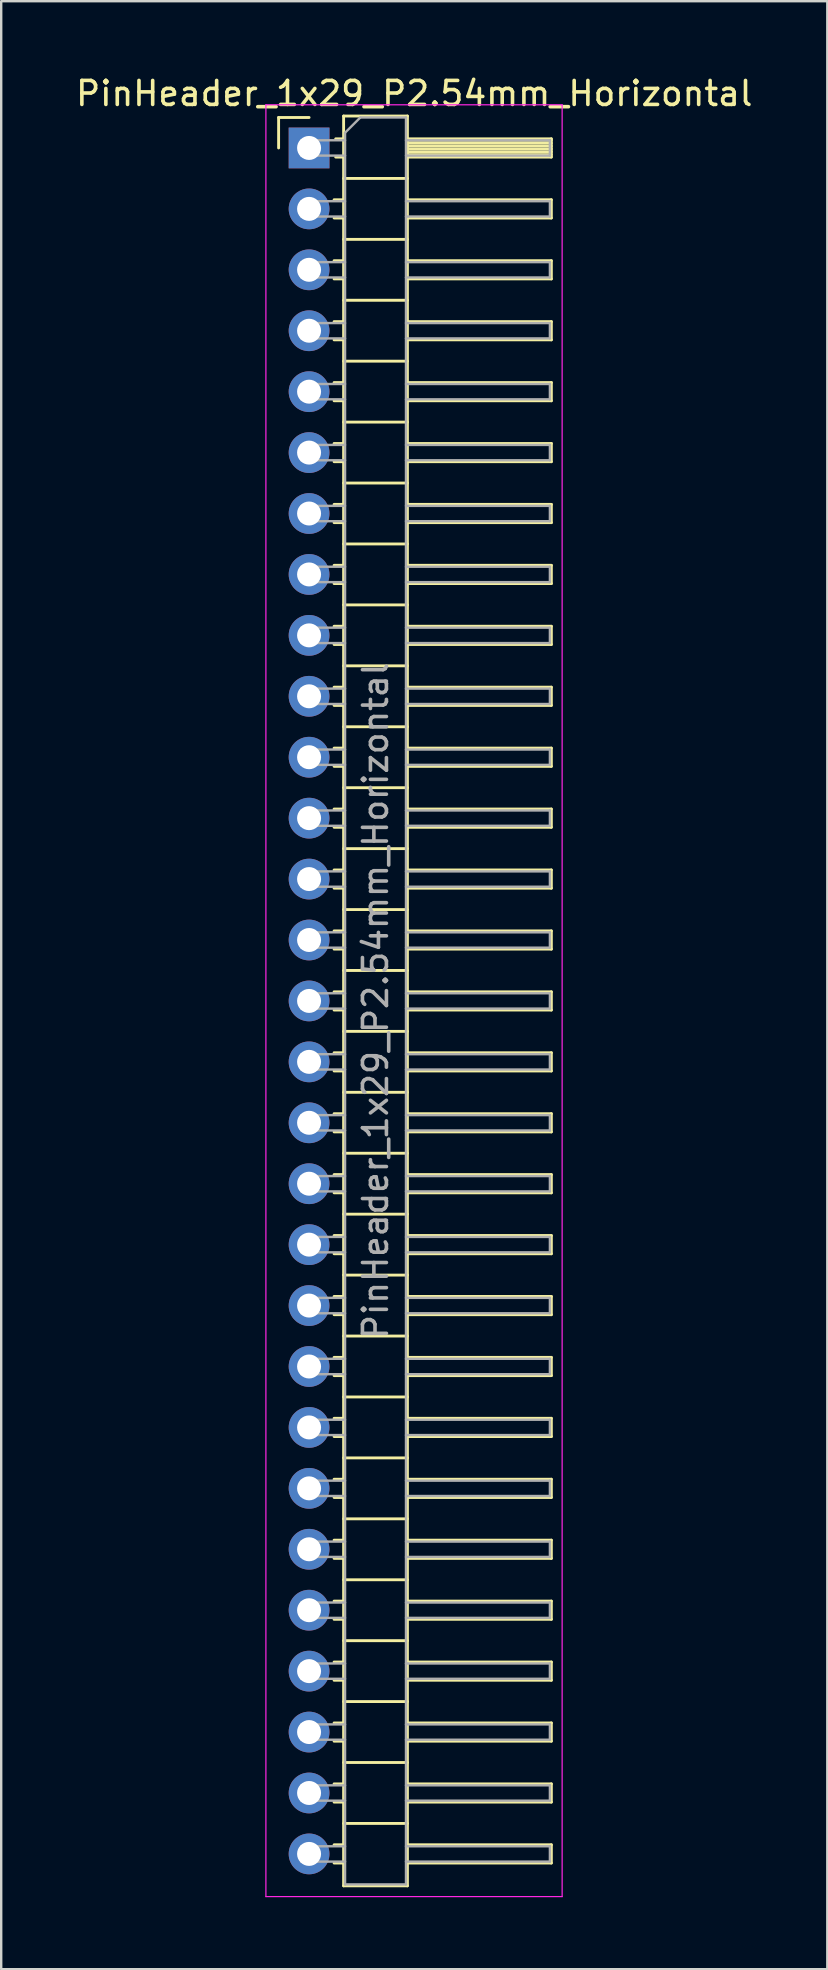
<source format=kicad_pcb>
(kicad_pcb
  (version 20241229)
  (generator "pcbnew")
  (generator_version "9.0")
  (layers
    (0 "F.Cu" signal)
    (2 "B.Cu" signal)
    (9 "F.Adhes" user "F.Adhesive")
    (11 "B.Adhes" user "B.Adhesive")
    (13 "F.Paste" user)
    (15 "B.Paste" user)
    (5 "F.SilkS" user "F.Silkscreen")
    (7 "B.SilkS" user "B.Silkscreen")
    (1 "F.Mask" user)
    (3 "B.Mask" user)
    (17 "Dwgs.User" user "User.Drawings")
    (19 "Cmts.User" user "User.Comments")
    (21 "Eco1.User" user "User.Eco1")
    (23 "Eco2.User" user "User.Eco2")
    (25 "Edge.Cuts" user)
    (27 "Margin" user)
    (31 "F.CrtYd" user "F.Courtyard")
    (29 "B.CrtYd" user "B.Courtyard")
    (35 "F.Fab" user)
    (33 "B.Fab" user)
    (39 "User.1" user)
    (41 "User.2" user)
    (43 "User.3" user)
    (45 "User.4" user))
  (footprint "PinHeader_1x29_P2.54mm_Horizontal"
    (layer "F.Cu")
    (at 9.835 3.118)
    (property "Reference" "PinHeader_1x29_P2.54mm_Horizontal" (at 4.385 -2.27 0) (layer "F.SilkS") (effects (font (size 1 1) (thickness 0.15))))
    (attr through_hole)
    (fp_line (start -1.27 -1.27) (end 0 -1.27) (stroke (width 0.12) (type solid)) (layer "F.SilkS"))
    (fp_line (start -1.27 0) (end -1.27 -1.27) (stroke (width 0.12) (type solid)) (layer "F.SilkS"))
    (fp_line (start 1.043 2.16) (end 1.44 2.16) (stroke (width 0.12) (type solid)) (layer "F.SilkS"))
    (fp_line (start 1.043 2.92) (end 1.44 2.92) (stroke (width 0.12) (type solid)) (layer "F.SilkS"))
    (fp_line (start 1.043 4.7) (end 1.44 4.7) (stroke (width 0.12) (type solid)) (layer "F.SilkS"))
    (fp_line (start 1.043 5.46) (end 1.44 5.46) (stroke (width 0.12) (type solid)) (layer "F.SilkS"))
    (fp_line (start 1.043 7.24) (end 1.44 7.24) (stroke (width 0.12) (type solid)) (layer "F.SilkS"))
    (fp_line (start 1.043 8) (end 1.44 8) (stroke (width 0.12) (type solid)) (layer "F.SilkS"))
    (fp_line (start 1.043 9.78) (end 1.44 9.78) (stroke (width 0.12) (type solid)) (layer "F.SilkS"))
    (fp_line (start 1.043 10.54) (end 1.44 10.54) (stroke (width 0.12) (type solid)) (layer "F.SilkS"))
    (fp_line (start 1.043 12.32) (end 1.44 12.32) (stroke (width 0.12) (type solid)) (layer "F.SilkS"))
    (fp_line (start 1.043 13.08) (end 1.44 13.08) (stroke (width 0.12) (type solid)) (layer "F.SilkS"))
    (fp_line (start 1.043 14.86) (end 1.44 14.86) (stroke (width 0.12) (type solid)) (layer "F.SilkS"))
    (fp_line (start 1.043 15.62) (end 1.44 15.62) (stroke (width 0.12) (type solid)) (layer "F.SilkS"))
    (fp_line (start 1.043 17.4) (end 1.44 17.4) (stroke (width 0.12) (type solid)) (layer "F.SilkS"))
    (fp_line (start 1.043 18.16) (end 1.44 18.16) (stroke (width 0.12) (type solid)) (layer "F.SilkS"))
    (fp_line (start 1.043 19.94) (end 1.44 19.94) (stroke (width 0.12) (type solid)) (layer "F.SilkS"))
    (fp_line (start 1.043 20.7) (end 1.44 20.7) (stroke (width 0.12) (type solid)) (layer "F.SilkS"))
    (fp_line (start 1.043 22.48) (end 1.44 22.48) (stroke (width 0.12) (type solid)) (layer "F.SilkS"))
    (fp_line (start 1.043 23.24) (end 1.44 23.24) (stroke (width 0.12) (type solid)) (layer "F.SilkS"))
    (fp_line (start 1.043 25.02) (end 1.44 25.02) (stroke (width 0.12) (type solid)) (layer "F.SilkS"))
    (fp_line (start 1.043 25.78) (end 1.44 25.78) (stroke (width 0.12) (type solid)) (layer "F.SilkS"))
    (fp_line (start 1.043 27.56) (end 1.44 27.56) (stroke (width 0.12) (type solid)) (layer "F.SilkS"))
    (fp_line (start 1.043 28.32) (end 1.44 28.32) (stroke (width 0.12) (type solid)) (layer "F.SilkS"))
    (fp_line (start 1.043 30.1) (end 1.44 30.1) (stroke (width 0.12) (type solid)) (layer "F.SilkS"))
    (fp_line (start 1.043 30.86) (end 1.44 30.86) (stroke (width 0.12) (type solid)) (layer "F.SilkS"))
    (fp_line (start 1.043 32.64) (end 1.44 32.64) (stroke (width 0.12) (type solid)) (layer "F.SilkS"))
    (fp_line (start 1.043 33.4) (end 1.44 33.4) (stroke (width 0.12) (type solid)) (layer "F.SilkS"))
    (fp_line (start 1.043 35.18) (end 1.44 35.18) (stroke (width 0.12) (type solid)) (layer "F.SilkS"))
    (fp_line (start 1.043 35.94) (end 1.44 35.94) (stroke (width 0.12) (type solid)) (layer "F.SilkS"))
    (fp_line (start 1.043 37.72) (end 1.44 37.72) (stroke (width 0.12) (type solid)) (layer "F.SilkS"))
    (fp_line (start 1.043 38.48) (end 1.44 38.48) (stroke (width 0.12) (type solid)) (layer "F.SilkS"))
    (fp_line (start 1.043 40.26) (end 1.44 40.26) (stroke (width 0.12) (type solid)) (layer "F.SilkS"))
    (fp_line (start 1.043 41.02) (end 1.44 41.02) (stroke (width 0.12) (type solid)) (layer "F.SilkS"))
    (fp_line (start 1.043 42.8) (end 1.44 42.8) (stroke (width 0.12) (type solid)) (layer "F.SilkS"))
    (fp_line (start 1.043 43.56) (end 1.44 43.56) (stroke (width 0.12) (type solid)) (layer "F.SilkS"))
    (fp_line (start 1.043 45.34) (end 1.44 45.34) (stroke (width 0.12) (type solid)) (layer "F.SilkS"))
    (fp_line (start 1.043 46.1) (end 1.44 46.1) (stroke (width 0.12) (type solid)) (layer "F.SilkS"))
    (fp_line (start 1.043 47.88) (end 1.44 47.88) (stroke (width 0.12) (type solid)) (layer "F.SilkS"))
    (fp_line (start 1.043 48.64) (end 1.44 48.64) (stroke (width 0.12) (type solid)) (layer "F.SilkS"))
    (fp_line (start 1.043 50.42) (end 1.44 50.42) (stroke (width 0.12) (type solid)) (layer "F.SilkS"))
    (fp_line (start 1.043 51.18) (end 1.44 51.18) (stroke (width 0.12) (type solid)) (layer "F.SilkS"))
    (fp_line (start 1.043 52.96) (end 1.44 52.96) (stroke (width 0.12) (type solid)) (layer "F.SilkS"))
    (fp_line (start 1.043 53.72) (end 1.44 53.72) (stroke (width 0.12) (type solid)) (layer "F.SilkS"))
    (fp_line (start 1.043 55.5) (end 1.44 55.5) (stroke (width 0.12) (type solid)) (layer "F.SilkS"))
    (fp_line (start 1.043 56.26) (end 1.44 56.26) (stroke (width 0.12) (type solid)) (layer "F.SilkS"))
    (fp_line (start 1.043 58.04) (end 1.44 58.04) (stroke (width 0.12) (type solid)) (layer "F.SilkS"))
    (fp_line (start 1.043 58.8) (end 1.44 58.8) (stroke (width 0.12) (type solid)) (layer "F.SilkS"))
    (fp_line (start 1.043 60.58) (end 1.44 60.58) (stroke (width 0.12) (type solid)) (layer "F.SilkS"))
    (fp_line (start 1.043 61.34) (end 1.44 61.34) (stroke (width 0.12) (type solid)) (layer "F.SilkS"))
    (fp_line (start 1.043 63.12) (end 1.44 63.12) (stroke (width 0.12) (type solid)) (layer "F.SilkS"))
    (fp_line (start 1.043 63.88) (end 1.44 63.88) (stroke (width 0.12) (type solid)) (layer "F.SilkS"))
    (fp_line (start 1.043 65.66) (end 1.44 65.66) (stroke (width 0.12) (type solid)) (layer "F.SilkS"))
    (fp_line (start 1.043 66.42) (end 1.44 66.42) (stroke (width 0.12) (type solid)) (layer "F.SilkS"))
    (fp_line (start 1.043 68.2) (end 1.44 68.2) (stroke (width 0.12) (type solid)) (layer "F.SilkS"))
    (fp_line (start 1.043 68.96) (end 1.44 68.96) (stroke (width 0.12) (type solid)) (layer "F.SilkS"))
    (fp_line (start 1.043 70.74) (end 1.44 70.74) (stroke (width 0.12) (type solid)) (layer "F.SilkS"))
    (fp_line (start 1.043 71.5) (end 1.44 71.5) (stroke (width 0.12) (type solid)) (layer "F.SilkS"))
    (fp_line (start 1.11 -0.38) (end 1.44 -0.38) (stroke (width 0.12) (type solid)) (layer "F.SilkS"))
    (fp_line (start 1.11 0.38) (end 1.44 0.38) (stroke (width 0.12) (type solid)) (layer "F.SilkS"))
    (fp_line (start 1.44 -1.33) (end 1.44 72.45) (stroke (width 0.12) (type solid)) (layer "F.SilkS"))
    (fp_line (start 1.44 1.27) (end 4.1 1.27) (stroke (width 0.12) (type solid)) (layer "F.SilkS"))
    (fp_line (start 1.44 3.81) (end 4.1 3.81) (stroke (width 0.12) (type solid)) (layer "F.SilkS"))
    (fp_line (start 1.44 6.35) (end 4.1 6.35) (stroke (width 0.12) (type solid)) (layer "F.SilkS"))
    (fp_line (start 1.44 8.89) (end 4.1 8.89) (stroke (width 0.12) (type solid)) (layer "F.SilkS"))
    (fp_line (start 1.44 11.43) (end 4.1 11.43) (stroke (width 0.12) (type solid)) (layer "F.SilkS"))
    (fp_line (start 1.44 13.97) (end 4.1 13.97) (stroke (width 0.12) (type solid)) (layer "F.SilkS"))
    (fp_line (start 1.44 16.51) (end 4.1 16.51) (stroke (width 0.12) (type solid)) (layer "F.SilkS"))
    (fp_line (start 1.44 19.05) (end 4.1 19.05) (stroke (width 0.12) (type solid)) (layer "F.SilkS"))
    (fp_line (start 1.44 21.59) (end 4.1 21.59) (stroke (width 0.12) (type solid)) (layer "F.SilkS"))
    (fp_line (start 1.44 24.13) (end 4.1 24.13) (stroke (width 0.12) (type solid)) (layer "F.SilkS"))
    (fp_line (start 1.44 26.67) (end 4.1 26.67) (stroke (width 0.12) (type solid)) (layer "F.SilkS"))
    (fp_line (start 1.44 29.21) (end 4.1 29.21) (stroke (width 0.12) (type solid)) (layer "F.SilkS"))
    (fp_line (start 1.44 31.75) (end 4.1 31.75) (stroke (width 0.12) (type solid)) (layer "F.SilkS"))
    (fp_line (start 1.44 34.29) (end 4.1 34.29) (stroke (width 0.12) (type solid)) (layer "F.SilkS"))
    (fp_line (start 1.44 36.83) (end 4.1 36.83) (stroke (width 0.12) (type solid)) (layer "F.SilkS"))
    (fp_line (start 1.44 39.37) (end 4.1 39.37) (stroke (width 0.12) (type solid)) (layer "F.SilkS"))
    (fp_line (start 1.44 41.91) (end 4.1 41.91) (stroke (width 0.12) (type solid)) (layer "F.SilkS"))
    (fp_line (start 1.44 44.45) (end 4.1 44.45) (stroke (width 0.12) (type solid)) (layer "F.SilkS"))
    (fp_line (start 1.44 46.99) (end 4.1 46.99) (stroke (width 0.12) (type solid)) (layer "F.SilkS"))
    (fp_line (start 1.44 49.53) (end 4.1 49.53) (stroke (width 0.12) (type solid)) (layer "F.SilkS"))
    (fp_line (start 1.44 52.07) (end 4.1 52.07) (stroke (width 0.12) (type solid)) (layer "F.SilkS"))
    (fp_line (start 1.44 54.61) (end 4.1 54.61) (stroke (width 0.12) (type solid)) (layer "F.SilkS"))
    (fp_line (start 1.44 57.15) (end 4.1 57.15) (stroke (width 0.12) (type solid)) (layer "F.SilkS"))
    (fp_line (start 1.44 59.69) (end 4.1 59.69) (stroke (width 0.12) (type solid)) (layer "F.SilkS"))
    (fp_line (start 1.44 62.23) (end 4.1 62.23) (stroke (width 0.12) (type solid)) (layer "F.SilkS"))
    (fp_line (start 1.44 64.77) (end 4.1 64.77) (stroke (width 0.12) (type solid)) (layer "F.SilkS"))
    (fp_line (start 1.44 67.31) (end 4.1 67.31) (stroke (width 0.12) (type solid)) (layer "F.SilkS"))
    (fp_line (start 1.44 69.85) (end 4.1 69.85) (stroke (width 0.12) (type solid)) (layer "F.SilkS"))
    (fp_line (start 1.44 72.45) (end 4.1 72.45) (stroke (width 0.12) (type solid)) (layer "F.SilkS"))
    (fp_line (start 4.1 -1.33) (end 1.44 -1.33) (stroke (width 0.12) (type solid)) (layer "F.SilkS"))
    (fp_line (start 4.1 -0.38) (end 10.1 -0.38) (stroke (width 0.12) (type solid)) (layer "F.SilkS"))
    (fp_line (start 4.1 -0.32) (end 10.1 -0.32) (stroke (width 0.12) (type solid)) (layer "F.SilkS"))
    (fp_line (start 4.1 -0.2) (end 10.1 -0.2) (stroke (width 0.12) (type solid)) (layer "F.SilkS"))
    (fp_line (start 4.1 -0.08) (end 10.1 -0.08) (stroke (width 0.12) (type solid)) (layer "F.SilkS"))
    (fp_line (start 4.1 0.04) (end 10.1 0.04) (stroke (width 0.12) (type solid)) (layer "F.SilkS"))
    (fp_line (start 4.1 0.16) (end 10.1 0.16) (stroke (width 0.12) (type solid)) (layer "F.SilkS"))
    (fp_line (start 4.1 0.28) (end 10.1 0.28) (stroke (width 0.12) (type solid)) (layer "F.SilkS"))
    (fp_line (start 4.1 2.16) (end 10.1 2.16) (stroke (width 0.12) (type solid)) (layer "F.SilkS"))
    (fp_line (start 4.1 4.7) (end 10.1 4.7) (stroke (width 0.12) (type solid)) (layer "F.SilkS"))
    (fp_line (start 4.1 7.24) (end 10.1 7.24) (stroke (width 0.12) (type solid)) (layer "F.SilkS"))
    (fp_line (start 4.1 9.78) (end 10.1 9.78) (stroke (width 0.12) (type solid)) (layer "F.SilkS"))
    (fp_line (start 4.1 12.32) (end 10.1 12.32) (stroke (width 0.12) (type solid)) (layer "F.SilkS"))
    (fp_line (start 4.1 14.86) (end 10.1 14.86) (stroke (width 0.12) (type solid)) (layer "F.SilkS"))
    (fp_line (start 4.1 17.4) (end 10.1 17.4) (stroke (width 0.12) (type solid)) (layer "F.SilkS"))
    (fp_line (start 4.1 19.94) (end 10.1 19.94) (stroke (width 0.12) (type solid)) (layer "F.SilkS"))
    (fp_line (start 4.1 22.48) (end 10.1 22.48) (stroke (width 0.12) (type solid)) (layer "F.SilkS"))
    (fp_line (start 4.1 25.02) (end 10.1 25.02) (stroke (width 0.12) (type solid)) (layer "F.SilkS"))
    (fp_line (start 4.1 27.56) (end 10.1 27.56) (stroke (width 0.12) (type solid)) (layer "F.SilkS"))
    (fp_line (start 4.1 30.1) (end 10.1 30.1) (stroke (width 0.12) (type solid)) (layer "F.SilkS"))
    (fp_line (start 4.1 32.64) (end 10.1 32.64) (stroke (width 0.12) (type solid)) (layer "F.SilkS"))
    (fp_line (start 4.1 35.18) (end 10.1 35.18) (stroke (width 0.12) (type solid)) (layer "F.SilkS"))
    (fp_line (start 4.1 37.72) (end 10.1 37.72) (stroke (width 0.12) (type solid)) (layer "F.SilkS"))
    (fp_line (start 4.1 40.26) (end 10.1 40.26) (stroke (width 0.12) (type solid)) (layer "F.SilkS"))
    (fp_line (start 4.1 42.8) (end 10.1 42.8) (stroke (width 0.12) (type solid)) (layer "F.SilkS"))
    (fp_line (start 4.1 45.34) (end 10.1 45.34) (stroke (width 0.12) (type solid)) (layer "F.SilkS"))
    (fp_line (start 4.1 47.88) (end 10.1 47.88) (stroke (width 0.12) (type solid)) (layer "F.SilkS"))
    (fp_line (start 4.1 50.42) (end 10.1 50.42) (stroke (width 0.12) (type solid)) (layer "F.SilkS"))
    (fp_line (start 4.1 52.96) (end 10.1 52.96) (stroke (width 0.12) (type solid)) (layer "F.SilkS"))
    (fp_line (start 4.1 55.5) (end 10.1 55.5) (stroke (width 0.12) (type solid)) (layer "F.SilkS"))
    (fp_line (start 4.1 58.04) (end 10.1 58.04) (stroke (width 0.12) (type solid)) (layer "F.SilkS"))
    (fp_line (start 4.1 60.58) (end 10.1 60.58) (stroke (width 0.12) (type solid)) (layer "F.SilkS"))
    (fp_line (start 4.1 63.12) (end 10.1 63.12) (stroke (width 0.12) (type solid)) (layer "F.SilkS"))
    (fp_line (start 4.1 65.66) (end 10.1 65.66) (stroke (width 0.12) (type solid)) (layer "F.SilkS"))
    (fp_line (start 4.1 68.2) (end 10.1 68.2) (stroke (width 0.12) (type solid)) (layer "F.SilkS"))
    (fp_line (start 4.1 70.74) (end 10.1 70.74) (stroke (width 0.12) (type solid)) (layer "F.SilkS"))
    (fp_line (start 4.1 72.45) (end 4.1 -1.33) (stroke (width 0.12) (type solid)) (layer "F.SilkS"))
    (fp_line (start 10.1 -0.38) (end 10.1 0.38) (stroke (width 0.12) (type solid)) (layer "F.SilkS"))
    (fp_line (start 10.1 0.38) (end 4.1 0.38) (stroke (width 0.12) (type solid)) (layer "F.SilkS"))
    (fp_line (start 10.1 2.16) (end 10.1 2.92) (stroke (width 0.12) (type solid)) (layer "F.SilkS"))
    (fp_line (start 10.1 2.92) (end 4.1 2.92) (stroke (width 0.12) (type solid)) (layer "F.SilkS"))
    (fp_line (start 10.1 4.7) (end 10.1 5.46) (stroke (width 0.12) (type solid)) (layer "F.SilkS"))
    (fp_line (start 10.1 5.46) (end 4.1 5.46) (stroke (width 0.12) (type solid)) (layer "F.SilkS"))
    (fp_line (start 10.1 7.24) (end 10.1 8) (stroke (width 0.12) (type solid)) (layer "F.SilkS"))
    (fp_line (start 10.1 8) (end 4.1 8) (stroke (width 0.12) (type solid)) (layer "F.SilkS"))
    (fp_line (start 10.1 9.78) (end 10.1 10.54) (stroke (width 0.12) (type solid)) (layer "F.SilkS"))
    (fp_line (start 10.1 10.54) (end 4.1 10.54) (stroke (width 0.12) (type solid)) (layer "F.SilkS"))
    (fp_line (start 10.1 12.32) (end 10.1 13.08) (stroke (width 0.12) (type solid)) (layer "F.SilkS"))
    (fp_line (start 10.1 13.08) (end 4.1 13.08) (stroke (width 0.12) (type solid)) (layer "F.SilkS"))
    (fp_line (start 10.1 14.86) (end 10.1 15.62) (stroke (width 0.12) (type solid)) (layer "F.SilkS"))
    (fp_line (start 10.1 15.62) (end 4.1 15.62) (stroke (width 0.12) (type solid)) (layer "F.SilkS"))
    (fp_line (start 10.1 17.4) (end 10.1 18.16) (stroke (width 0.12) (type solid)) (layer "F.SilkS"))
    (fp_line (start 10.1 18.16) (end 4.1 18.16) (stroke (width 0.12) (type solid)) (layer "F.SilkS"))
    (fp_line (start 10.1 19.94) (end 10.1 20.7) (stroke (width 0.12) (type solid)) (layer "F.SilkS"))
    (fp_line (start 10.1 20.7) (end 4.1 20.7) (stroke (width 0.12) (type solid)) (layer "F.SilkS"))
    (fp_line (start 10.1 22.48) (end 10.1 23.24) (stroke (width 0.12) (type solid)) (layer "F.SilkS"))
    (fp_line (start 10.1 23.24) (end 4.1 23.24) (stroke (width 0.12) (type solid)) (layer "F.SilkS"))
    (fp_line (start 10.1 25.02) (end 10.1 25.78) (stroke (width 0.12) (type solid)) (layer "F.SilkS"))
    (fp_line (start 10.1 25.78) (end 4.1 25.78) (stroke (width 0.12) (type solid)) (layer "F.SilkS"))
    (fp_line (start 10.1 27.56) (end 10.1 28.32) (stroke (width 0.12) (type solid)) (layer "F.SilkS"))
    (fp_line (start 10.1 28.32) (end 4.1 28.32) (stroke (width 0.12) (type solid)) (layer "F.SilkS"))
    (fp_line (start 10.1 30.1) (end 10.1 30.86) (stroke (width 0.12) (type solid)) (layer "F.SilkS"))
    (fp_line (start 10.1 30.86) (end 4.1 30.86) (stroke (width 0.12) (type solid)) (layer "F.SilkS"))
    (fp_line (start 10.1 32.64) (end 10.1 33.4) (stroke (width 0.12) (type solid)) (layer "F.SilkS"))
    (fp_line (start 10.1 33.4) (end 4.1 33.4) (stroke (width 0.12) (type solid)) (layer "F.SilkS"))
    (fp_line (start 10.1 35.18) (end 10.1 35.94) (stroke (width 0.12) (type solid)) (layer "F.SilkS"))
    (fp_line (start 10.1 35.94) (end 4.1 35.94) (stroke (width 0.12) (type solid)) (layer "F.SilkS"))
    (fp_line (start 10.1 37.72) (end 10.1 38.48) (stroke (width 0.12) (type solid)) (layer "F.SilkS"))
    (fp_line (start 10.1 38.48) (end 4.1 38.48) (stroke (width 0.12) (type solid)) (layer "F.SilkS"))
    (fp_line (start 10.1 40.26) (end 10.1 41.02) (stroke (width 0.12) (type solid)) (layer "F.SilkS"))
    (fp_line (start 10.1 41.02) (end 4.1 41.02) (stroke (width 0.12) (type solid)) (layer "F.SilkS"))
    (fp_line (start 10.1 42.8) (end 10.1 43.56) (stroke (width 0.12) (type solid)) (layer "F.SilkS"))
    (fp_line (start 10.1 43.56) (end 4.1 43.56) (stroke (width 0.12) (type solid)) (layer "F.SilkS"))
    (fp_line (start 10.1 45.34) (end 10.1 46.1) (stroke (width 0.12) (type solid)) (layer "F.SilkS"))
    (fp_line (start 10.1 46.1) (end 4.1 46.1) (stroke (width 0.12) (type solid)) (layer "F.SilkS"))
    (fp_line (start 10.1 47.88) (end 10.1 48.64) (stroke (width 0.12) (type solid)) (layer "F.SilkS"))
    (fp_line (start 10.1 48.64) (end 4.1 48.64) (stroke (width 0.12) (type solid)) (layer "F.SilkS"))
    (fp_line (start 10.1 50.42) (end 10.1 51.18) (stroke (width 0.12) (type solid)) (layer "F.SilkS"))
    (fp_line (start 10.1 51.18) (end 4.1 51.18) (stroke (width 0.12) (type solid)) (layer "F.SilkS"))
    (fp_line (start 10.1 52.96) (end 10.1 53.72) (stroke (width 0.12) (type solid)) (layer "F.SilkS"))
    (fp_line (start 10.1 53.72) (end 4.1 53.72) (stroke (width 0.12) (type solid)) (layer "F.SilkS"))
    (fp_line (start 10.1 55.5) (end 10.1 56.26) (stroke (width 0.12) (type solid)) (layer "F.SilkS"))
    (fp_line (start 10.1 56.26) (end 4.1 56.26) (stroke (width 0.12) (type solid)) (layer "F.SilkS"))
    (fp_line (start 10.1 58.04) (end 10.1 58.8) (stroke (width 0.12) (type solid)) (layer "F.SilkS"))
    (fp_line (start 10.1 58.8) (end 4.1 58.8) (stroke (width 0.12) (type solid)) (layer "F.SilkS"))
    (fp_line (start 10.1 60.58) (end 10.1 61.34) (stroke (width 0.12) (type solid)) (layer "F.SilkS"))
    (fp_line (start 10.1 61.34) (end 4.1 61.34) (stroke (width 0.12) (type solid)) (layer "F.SilkS"))
    (fp_line (start 10.1 63.12) (end 10.1 63.88) (stroke (width 0.12) (type solid)) (layer "F.SilkS"))
    (fp_line (start 10.1 63.88) (end 4.1 63.88) (stroke (width 0.12) (type solid)) (layer "F.SilkS"))
    (fp_line (start 10.1 65.66) (end 10.1 66.42) (stroke (width 0.12) (type solid)) (layer "F.SilkS"))
    (fp_line (start 10.1 66.42) (end 4.1 66.42) (stroke (width 0.12) (type solid)) (layer "F.SilkS"))
    (fp_line (start 10.1 68.2) (end 10.1 68.96) (stroke (width 0.12) (type solid)) (layer "F.SilkS"))
    (fp_line (start 10.1 68.96) (end 4.1 68.96) (stroke (width 0.12) (type solid)) (layer "F.SilkS"))
    (fp_line (start 10.1 70.74) (end 10.1 71.5) (stroke (width 0.12) (type solid)) (layer "F.SilkS"))
    (fp_line (start 10.1 71.5) (end 4.1 71.5) (stroke (width 0.12) (type solid)) (layer "F.SilkS"))
    (fp_line (start -1.8 -1.8) (end -1.8 72.9) (stroke (width 0.05) (type solid)) (layer "F.CrtYd"))
    (fp_line (start -1.8 72.9) (end 10.55 72.9) (stroke (width 0.05) (type solid)) (layer "F.CrtYd"))
    (fp_line (start 10.55 -1.8) (end -1.8 -1.8) (stroke (width 0.05) (type solid)) (layer "F.CrtYd"))
    (fp_line (start 10.55 72.9) (end 10.55 -1.8) (stroke (width 0.05) (type solid)) (layer "F.CrtYd"))
    (fp_line (start -0.32 -0.32) (end -0.32 0.32) (stroke (width 0.1) (type solid)) (layer "F.Fab"))
    (fp_line (start -0.32 -0.32) (end 1.5 -0.32) (stroke (width 0.1) (type solid)) (layer "F.Fab"))
    (fp_line (start -0.32 0.32) (end 1.5 0.32) (stroke (width 0.1) (type solid)) (layer "F.Fab"))
    (fp_line (start -0.32 2.22) (end -0.32 2.86) (stroke (width 0.1) (type solid)) (layer "F.Fab"))
    (fp_line (start -0.32 2.22) (end 1.5 2.22) (stroke (width 0.1) (type solid)) (layer "F.Fab"))
    (fp_line (start -0.32 2.86) (end 1.5 2.86) (stroke (width 0.1) (type solid)) (layer "F.Fab"))
    (fp_line (start -0.32 4.76) (end -0.32 5.4) (stroke (width 0.1) (type solid)) (layer "F.Fab"))
    (fp_line (start -0.32 4.76) (end 1.5 4.76) (stroke (width 0.1) (type solid)) (layer "F.Fab"))
    (fp_line (start -0.32 5.4) (end 1.5 5.4) (stroke (width 0.1) (type solid)) (layer "F.Fab"))
    (fp_line (start -0.32 7.3) (end -0.32 7.94) (stroke (width 0.1) (type solid)) (layer "F.Fab"))
    (fp_line (start -0.32 7.3) (end 1.5 7.3) (stroke (width 0.1) (type solid)) (layer "F.Fab"))
    (fp_line (start -0.32 7.94) (end 1.5 7.94) (stroke (width 0.1) (type solid)) (layer "F.Fab"))
    (fp_line (start -0.32 9.84) (end -0.32 10.48) (stroke (width 0.1) (type solid)) (layer "F.Fab"))
    (fp_line (start -0.32 9.84) (end 1.5 9.84) (stroke (width 0.1) (type solid)) (layer "F.Fab"))
    (fp_line (start -0.32 10.48) (end 1.5 10.48) (stroke (width 0.1) (type solid)) (layer "F.Fab"))
    (fp_line (start -0.32 12.38) (end -0.32 13.02) (stroke (width 0.1) (type solid)) (layer "F.Fab"))
    (fp_line (start -0.32 12.38) (end 1.5 12.38) (stroke (width 0.1) (type solid)) (layer "F.Fab"))
    (fp_line (start -0.32 13.02) (end 1.5 13.02) (stroke (width 0.1) (type solid)) (layer "F.Fab"))
    (fp_line (start -0.32 14.92) (end -0.32 15.56) (stroke (width 0.1) (type solid)) (layer "F.Fab"))
    (fp_line (start -0.32 14.92) (end 1.5 14.92) (stroke (width 0.1) (type solid)) (layer "F.Fab"))
    (fp_line (start -0.32 15.56) (end 1.5 15.56) (stroke (width 0.1) (type solid)) (layer "F.Fab"))
    (fp_line (start -0.32 17.46) (end -0.32 18.1) (stroke (width 0.1) (type solid)) (layer "F.Fab"))
    (fp_line (start -0.32 17.46) (end 1.5 17.46) (stroke (width 0.1) (type solid)) (layer "F.Fab"))
    (fp_line (start -0.32 18.1) (end 1.5 18.1) (stroke (width 0.1) (type solid)) (layer "F.Fab"))
    (fp_line (start -0.32 20) (end -0.32 20.64) (stroke (width 0.1) (type solid)) (layer "F.Fab"))
    (fp_line (start -0.32 20) (end 1.5 20) (stroke (width 0.1) (type solid)) (layer "F.Fab"))
    (fp_line (start -0.32 20.64) (end 1.5 20.64) (stroke (width 0.1) (type solid)) (layer "F.Fab"))
    (fp_line (start -0.32 22.54) (end -0.32 23.18) (stroke (width 0.1) (type solid)) (layer "F.Fab"))
    (fp_line (start -0.32 22.54) (end 1.5 22.54) (stroke (width 0.1) (type solid)) (layer "F.Fab"))
    (fp_line (start -0.32 23.18) (end 1.5 23.18) (stroke (width 0.1) (type solid)) (layer "F.Fab"))
    (fp_line (start -0.32 25.08) (end -0.32 25.72) (stroke (width 0.1) (type solid)) (layer "F.Fab"))
    (fp_line (start -0.32 25.08) (end 1.5 25.08) (stroke (width 0.1) (type solid)) (layer "F.Fab"))
    (fp_line (start -0.32 25.72) (end 1.5 25.72) (stroke (width 0.1) (type solid)) (layer "F.Fab"))
    (fp_line (start -0.32 27.62) (end -0.32 28.26) (stroke (width 0.1) (type solid)) (layer "F.Fab"))
    (fp_line (start -0.32 27.62) (end 1.5 27.62) (stroke (width 0.1) (type solid)) (layer "F.Fab"))
    (fp_line (start -0.32 28.26) (end 1.5 28.26) (stroke (width 0.1) (type solid)) (layer "F.Fab"))
    (fp_line (start -0.32 30.16) (end -0.32 30.8) (stroke (width 0.1) (type solid)) (layer "F.Fab"))
    (fp_line (start -0.32 30.16) (end 1.5 30.16) (stroke (width 0.1) (type solid)) (layer "F.Fab"))
    (fp_line (start -0.32 30.8) (end 1.5 30.8) (stroke (width 0.1) (type solid)) (layer "F.Fab"))
    (fp_line (start -0.32 32.7) (end -0.32 33.34) (stroke (width 0.1) (type solid)) (layer "F.Fab"))
    (fp_line (start -0.32 32.7) (end 1.5 32.7) (stroke (width 0.1) (type solid)) (layer "F.Fab"))
    (fp_line (start -0.32 33.34) (end 1.5 33.34) (stroke (width 0.1) (type solid)) (layer "F.Fab"))
    (fp_line (start -0.32 35.24) (end -0.32 35.88) (stroke (width 0.1) (type solid)) (layer "F.Fab"))
    (fp_line (start -0.32 35.24) (end 1.5 35.24) (stroke (width 0.1) (type solid)) (layer "F.Fab"))
    (fp_line (start -0.32 35.88) (end 1.5 35.88) (stroke (width 0.1) (type solid)) (layer "F.Fab"))
    (fp_line (start -0.32 37.78) (end -0.32 38.42) (stroke (width 0.1) (type solid)) (layer "F.Fab"))
    (fp_line (start -0.32 37.78) (end 1.5 37.78) (stroke (width 0.1) (type solid)) (layer "F.Fab"))
    (fp_line (start -0.32 38.42) (end 1.5 38.42) (stroke (width 0.1) (type solid)) (layer "F.Fab"))
    (fp_line (start -0.32 40.32) (end -0.32 40.96) (stroke (width 0.1) (type solid)) (layer "F.Fab"))
    (fp_line (start -0.32 40.32) (end 1.5 40.32) (stroke (width 0.1) (type solid)) (layer "F.Fab"))
    (fp_line (start -0.32 40.96) (end 1.5 40.96) (stroke (width 0.1) (type solid)) (layer "F.Fab"))
    (fp_line (start -0.32 42.86) (end -0.32 43.5) (stroke (width 0.1) (type solid)) (layer "F.Fab"))
    (fp_line (start -0.32 42.86) (end 1.5 42.86) (stroke (width 0.1) (type solid)) (layer "F.Fab"))
    (fp_line (start -0.32 43.5) (end 1.5 43.5) (stroke (width 0.1) (type solid)) (layer "F.Fab"))
    (fp_line (start -0.32 45.4) (end -0.32 46.04) (stroke (width 0.1) (type solid)) (layer "F.Fab"))
    (fp_line (start -0.32 45.4) (end 1.5 45.4) (stroke (width 0.1) (type solid)) (layer "F.Fab"))
    (fp_line (start -0.32 46.04) (end 1.5 46.04) (stroke (width 0.1) (type solid)) (layer "F.Fab"))
    (fp_line (start -0.32 47.94) (end -0.32 48.58) (stroke (width 0.1) (type solid)) (layer "F.Fab"))
    (fp_line (start -0.32 47.94) (end 1.5 47.94) (stroke (width 0.1) (type solid)) (layer "F.Fab"))
    (fp_line (start -0.32 48.58) (end 1.5 48.58) (stroke (width 0.1) (type solid)) (layer "F.Fab"))
    (fp_line (start -0.32 50.48) (end -0.32 51.12) (stroke (width 0.1) (type solid)) (layer "F.Fab"))
    (fp_line (start -0.32 50.48) (end 1.5 50.48) (stroke (width 0.1) (type solid)) (layer "F.Fab"))
    (fp_line (start -0.32 51.12) (end 1.5 51.12) (stroke (width 0.1) (type solid)) (layer "F.Fab"))
    (fp_line (start -0.32 53.02) (end -0.32 53.66) (stroke (width 0.1) (type solid)) (layer "F.Fab"))
    (fp_line (start -0.32 53.02) (end 1.5 53.02) (stroke (width 0.1) (type solid)) (layer "F.Fab"))
    (fp_line (start -0.32 53.66) (end 1.5 53.66) (stroke (width 0.1) (type solid)) (layer "F.Fab"))
    (fp_line (start -0.32 55.56) (end -0.32 56.2) (stroke (width 0.1) (type solid)) (layer "F.Fab"))
    (fp_line (start -0.32 55.56) (end 1.5 55.56) (stroke (width 0.1) (type solid)) (layer "F.Fab"))
    (fp_line (start -0.32 56.2) (end 1.5 56.2) (stroke (width 0.1) (type solid)) (layer "F.Fab"))
    (fp_line (start -0.32 58.1) (end -0.32 58.74) (stroke (width 0.1) (type solid)) (layer "F.Fab"))
    (fp_line (start -0.32 58.1) (end 1.5 58.1) (stroke (width 0.1) (type solid)) (layer "F.Fab"))
    (fp_line (start -0.32 58.74) (end 1.5 58.74) (stroke (width 0.1) (type solid)) (layer "F.Fab"))
    (fp_line (start -0.32 60.64) (end -0.32 61.28) (stroke (width 0.1) (type solid)) (layer "F.Fab"))
    (fp_line (start -0.32 60.64) (end 1.5 60.64) (stroke (width 0.1) (type solid)) (layer "F.Fab"))
    (fp_line (start -0.32 61.28) (end 1.5 61.28) (stroke (width 0.1) (type solid)) (layer "F.Fab"))
    (fp_line (start -0.32 63.18) (end -0.32 63.82) (stroke (width 0.1) (type solid)) (layer "F.Fab"))
    (fp_line (start -0.32 63.18) (end 1.5 63.18) (stroke (width 0.1) (type solid)) (layer "F.Fab"))
    (fp_line (start -0.32 63.82) (end 1.5 63.82) (stroke (width 0.1) (type solid)) (layer "F.Fab"))
    (fp_line (start -0.32 65.72) (end -0.32 66.36) (stroke (width 0.1) (type solid)) (layer "F.Fab"))
    (fp_line (start -0.32 65.72) (end 1.5 65.72) (stroke (width 0.1) (type solid)) (layer "F.Fab"))
    (fp_line (start -0.32 66.36) (end 1.5 66.36) (stroke (width 0.1) (type solid)) (layer "F.Fab"))
    (fp_line (start -0.32 68.26) (end -0.32 68.9) (stroke (width 0.1) (type solid)) (layer "F.Fab"))
    (fp_line (start -0.32 68.26) (end 1.5 68.26) (stroke (width 0.1) (type solid)) (layer "F.Fab"))
    (fp_line (start -0.32 68.9) (end 1.5 68.9) (stroke (width 0.1) (type solid)) (layer "F.Fab"))
    (fp_line (start -0.32 70.8) (end -0.32 71.44) (stroke (width 0.1) (type solid)) (layer "F.Fab"))
    (fp_line (start -0.32 70.8) (end 1.5 70.8) (stroke (width 0.1) (type solid)) (layer "F.Fab"))
    (fp_line (start -0.32 71.44) (end 1.5 71.44) (stroke (width 0.1) (type solid)) (layer "F.Fab"))
    (fp_line (start 1.5 -0.635) (end 2.135 -1.27) (stroke (width 0.1) (type solid)) (layer "F.Fab"))
    (fp_line (start 1.5 72.39) (end 1.5 -0.635) (stroke (width 0.1) (type solid)) (layer "F.Fab"))
    (fp_line (start 2.135 -1.27) (end 4.04 -1.27) (stroke (width 0.1) (type solid)) (layer "F.Fab"))
    (fp_line (start 4.04 -1.27) (end 4.04 72.39) (stroke (width 0.1) (type solid)) (layer "F.Fab"))
    (fp_line (start 4.04 -0.32) (end 10.04 -0.32) (stroke (width 0.1) (type solid)) (layer "F.Fab"))
    (fp_line (start 4.04 0.32) (end 10.04 0.32) (stroke (width 0.1) (type solid)) (layer "F.Fab"))
    (fp_line (start 4.04 2.22) (end 10.04 2.22) (stroke (width 0.1) (type solid)) (layer "F.Fab"))
    (fp_line (start 4.04 2.86) (end 10.04 2.86) (stroke (width 0.1) (type solid)) (layer "F.Fab"))
    (fp_line (start 4.04 4.76) (end 10.04 4.76) (stroke (width 0.1) (type solid)) (layer "F.Fab"))
    (fp_line (start 4.04 5.4) (end 10.04 5.4) (stroke (width 0.1) (type solid)) (layer "F.Fab"))
    (fp_line (start 4.04 7.3) (end 10.04 7.3) (stroke (width 0.1) (type solid)) (layer "F.Fab"))
    (fp_line (start 4.04 7.94) (end 10.04 7.94) (stroke (width 0.1) (type solid)) (layer "F.Fab"))
    (fp_line (start 4.04 9.84) (end 10.04 9.84) (stroke (width 0.1) (type solid)) (layer "F.Fab"))
    (fp_line (start 4.04 10.48) (end 10.04 10.48) (stroke (width 0.1) (type solid)) (layer "F.Fab"))
    (fp_line (start 4.04 12.38) (end 10.04 12.38) (stroke (width 0.1) (type solid)) (layer "F.Fab"))
    (fp_line (start 4.04 13.02) (end 10.04 13.02) (stroke (width 0.1) (type solid)) (layer "F.Fab"))
    (fp_line (start 4.04 14.92) (end 10.04 14.92) (stroke (width 0.1) (type solid)) (layer "F.Fab"))
    (fp_line (start 4.04 15.56) (end 10.04 15.56) (stroke (width 0.1) (type solid)) (layer "F.Fab"))
    (fp_line (start 4.04 17.46) (end 10.04 17.46) (stroke (width 0.1) (type solid)) (layer "F.Fab"))
    (fp_line (start 4.04 18.1) (end 10.04 18.1) (stroke (width 0.1) (type solid)) (layer "F.Fab"))
    (fp_line (start 4.04 20) (end 10.04 20) (stroke (width 0.1) (type solid)) (layer "F.Fab"))
    (fp_line (start 4.04 20.64) (end 10.04 20.64) (stroke (width 0.1) (type solid)) (layer "F.Fab"))
    (fp_line (start 4.04 22.54) (end 10.04 22.54) (stroke (width 0.1) (type solid)) (layer "F.Fab"))
    (fp_line (start 4.04 23.18) (end 10.04 23.18) (stroke (width 0.1) (type solid)) (layer "F.Fab"))
    (fp_line (start 4.04 25.08) (end 10.04 25.08) (stroke (width 0.1) (type solid)) (layer "F.Fab"))
    (fp_line (start 4.04 25.72) (end 10.04 25.72) (stroke (width 0.1) (type solid)) (layer "F.Fab"))
    (fp_line (start 4.04 27.62) (end 10.04 27.62) (stroke (width 0.1) (type solid)) (layer "F.Fab"))
    (fp_line (start 4.04 28.26) (end 10.04 28.26) (stroke (width 0.1) (type solid)) (layer "F.Fab"))
    (fp_line (start 4.04 30.16) (end 10.04 30.16) (stroke (width 0.1) (type solid)) (layer "F.Fab"))
    (fp_line (start 4.04 30.8) (end 10.04 30.8) (stroke (width 0.1) (type solid)) (layer "F.Fab"))
    (fp_line (start 4.04 32.7) (end 10.04 32.7) (stroke (width 0.1) (type solid)) (layer "F.Fab"))
    (fp_line (start 4.04 33.34) (end 10.04 33.34) (stroke (width 0.1) (type solid)) (layer "F.Fab"))
    (fp_line (start 4.04 35.24) (end 10.04 35.24) (stroke (width 0.1) (type solid)) (layer "F.Fab"))
    (fp_line (start 4.04 35.88) (end 10.04 35.88) (stroke (width 0.1) (type solid)) (layer "F.Fab"))
    (fp_line (start 4.04 37.78) (end 10.04 37.78) (stroke (width 0.1) (type solid)) (layer "F.Fab"))
    (fp_line (start 4.04 38.42) (end 10.04 38.42) (stroke (width 0.1) (type solid)) (layer "F.Fab"))
    (fp_line (start 4.04 40.32) (end 10.04 40.32) (stroke (width 0.1) (type solid)) (layer "F.Fab"))
    (fp_line (start 4.04 40.96) (end 10.04 40.96) (stroke (width 0.1) (type solid)) (layer "F.Fab"))
    (fp_line (start 4.04 42.86) (end 10.04 42.86) (stroke (width 0.1) (type solid)) (layer "F.Fab"))
    (fp_line (start 4.04 43.5) (end 10.04 43.5) (stroke (width 0.1) (type solid)) (layer "F.Fab"))
    (fp_line (start 4.04 45.4) (end 10.04 45.4) (stroke (width 0.1) (type solid)) (layer "F.Fab"))
    (fp_line (start 4.04 46.04) (end 10.04 46.04) (stroke (width 0.1) (type solid)) (layer "F.Fab"))
    (fp_line (start 4.04 47.94) (end 10.04 47.94) (stroke (width 0.1) (type solid)) (layer "F.Fab"))
    (fp_line (start 4.04 48.58) (end 10.04 48.58) (stroke (width 0.1) (type solid)) (layer "F.Fab"))
    (fp_line (start 4.04 50.48) (end 10.04 50.48) (stroke (width 0.1) (type solid)) (layer "F.Fab"))
    (fp_line (start 4.04 51.12) (end 10.04 51.12) (stroke (width 0.1) (type solid)) (layer "F.Fab"))
    (fp_line (start 4.04 53.02) (end 10.04 53.02) (stroke (width 0.1) (type solid)) (layer "F.Fab"))
    (fp_line (start 4.04 53.66) (end 10.04 53.66) (stroke (width 0.1) (type solid)) (layer "F.Fab"))
    (fp_line (start 4.04 55.56) (end 10.04 55.56) (stroke (width 0.1) (type solid)) (layer "F.Fab"))
    (fp_line (start 4.04 56.2) (end 10.04 56.2) (stroke (width 0.1) (type solid)) (layer "F.Fab"))
    (fp_line (start 4.04 58.1) (end 10.04 58.1) (stroke (width 0.1) (type solid)) (layer "F.Fab"))
    (fp_line (start 4.04 58.74) (end 10.04 58.74) (stroke (width 0.1) (type solid)) (layer "F.Fab"))
    (fp_line (start 4.04 60.64) (end 10.04 60.64) (stroke (width 0.1) (type solid)) (layer "F.Fab"))
    (fp_line (start 4.04 61.28) (end 10.04 61.28) (stroke (width 0.1) (type solid)) (layer "F.Fab"))
    (fp_line (start 4.04 63.18) (end 10.04 63.18) (stroke (width 0.1) (type solid)) (layer "F.Fab"))
    (fp_line (start 4.04 63.82) (end 10.04 63.82) (stroke (width 0.1) (type solid)) (layer "F.Fab"))
    (fp_line (start 4.04 65.72) (end 10.04 65.72) (stroke (width 0.1) (type solid)) (layer "F.Fab"))
    (fp_line (start 4.04 66.36) (end 10.04 66.36) (stroke (width 0.1) (type solid)) (layer "F.Fab"))
    (fp_line (start 4.04 68.26) (end 10.04 68.26) (stroke (width 0.1) (type solid)) (layer "F.Fab"))
    (fp_line (start 4.04 68.9) (end 10.04 68.9) (stroke (width 0.1) (type solid)) (layer "F.Fab"))
    (fp_line (start 4.04 70.8) (end 10.04 70.8) (stroke (width 0.1) (type solid)) (layer "F.Fab"))
    (fp_line (start 4.04 71.44) (end 10.04 71.44) (stroke (width 0.1) (type solid)) (layer "F.Fab"))
    (fp_line (start 4.04 72.39) (end 1.5 72.39) (stroke (width 0.1) (type solid)) (layer "F.Fab"))
    (fp_line (start 10.04 -0.32) (end 10.04 0.32) (stroke (width 0.1) (type solid)) (layer "F.Fab"))
    (fp_line (start 10.04 2.22) (end 10.04 2.86) (stroke (width 0.1) (type solid)) (layer "F.Fab"))
    (fp_line (start 10.04 4.76) (end 10.04 5.4) (stroke (width 0.1) (type solid)) (layer "F.Fab"))
    (fp_line (start 10.04 7.3) (end 10.04 7.94) (stroke (width 0.1) (type solid)) (layer "F.Fab"))
    (fp_line (start 10.04 9.84) (end 10.04 10.48) (stroke (width 0.1) (type solid)) (layer "F.Fab"))
    (fp_line (start 10.04 12.38) (end 10.04 13.02) (stroke (width 0.1) (type solid)) (layer "F.Fab"))
    (fp_line (start 10.04 14.92) (end 10.04 15.56) (stroke (width 0.1) (type solid)) (layer "F.Fab"))
    (fp_line (start 10.04 17.46) (end 10.04 18.1) (stroke (width 0.1) (type solid)) (layer "F.Fab"))
    (fp_line (start 10.04 20) (end 10.04 20.64) (stroke (width 0.1) (type solid)) (layer "F.Fab"))
    (fp_line (start 10.04 22.54) (end 10.04 23.18) (stroke (width 0.1) (type solid)) (layer "F.Fab"))
    (fp_line (start 10.04 25.08) (end 10.04 25.72) (stroke (width 0.1) (type solid)) (layer "F.Fab"))
    (fp_line (start 10.04 27.62) (end 10.04 28.26) (stroke (width 0.1) (type solid)) (layer "F.Fab"))
    (fp_line (start 10.04 30.16) (end 10.04 30.8) (stroke (width 0.1) (type solid)) (layer "F.Fab"))
    (fp_line (start 10.04 32.7) (end 10.04 33.34) (stroke (width 0.1) (type solid)) (layer "F.Fab"))
    (fp_line (start 10.04 35.24) (end 10.04 35.88) (stroke (width 0.1) (type solid)) (layer "F.Fab"))
    (fp_line (start 10.04 37.78) (end 10.04 38.42) (stroke (width 0.1) (type solid)) (layer "F.Fab"))
    (fp_line (start 10.04 40.32) (end 10.04 40.96) (stroke (width 0.1) (type solid)) (layer "F.Fab"))
    (fp_line (start 10.04 42.86) (end 10.04 43.5) (stroke (width 0.1) (type solid)) (layer "F.Fab"))
    (fp_line (start 10.04 45.4) (end 10.04 46.04) (stroke (width 0.1) (type solid)) (layer "F.Fab"))
    (fp_line (start 10.04 47.94) (end 10.04 48.58) (stroke (width 0.1) (type solid)) (layer "F.Fab"))
    (fp_line (start 10.04 50.48) (end 10.04 51.12) (stroke (width 0.1) (type solid)) (layer "F.Fab"))
    (fp_line (start 10.04 53.02) (end 10.04 53.66) (stroke (width 0.1) (type solid)) (layer "F.Fab"))
    (fp_line (start 10.04 55.56) (end 10.04 56.2) (stroke (width 0.1) (type solid)) (layer "F.Fab"))
    (fp_line (start 10.04 58.1) (end 10.04 58.74) (stroke (width 0.1) (type solid)) (layer "F.Fab"))
    (fp_line (start 10.04 60.64) (end 10.04 61.28) (stroke (width 0.1) (type solid)) (layer "F.Fab"))
    (fp_line (start 10.04 63.18) (end 10.04 63.82) (stroke (width 0.1) (type solid)) (layer "F.Fab"))
    (fp_line (start 10.04 65.72) (end 10.04 66.36) (stroke (width 0.1) (type solid)) (layer "F.Fab"))
    (fp_line (start 10.04 68.26) (end 10.04 68.9) (stroke (width 0.1) (type solid)) (layer "F.Fab"))
    (fp_line (start 10.04 70.8) (end 10.04 71.44) (stroke (width 0.1) (type solid)) (layer "F.Fab"))
    (fp_text user "${REFERENCE}" (at 2.77 35.56 90) (layer "F.Fab") (effects (font (size 1 1) (thickness 0.15))))
    (pad "1" thru_hole rect (at 0 0) (size 1.7 1.7) (drill 1) (layers "*.Cu" "*.Mask"))
    (pad "2" thru_hole oval (at 0 2.54) (size 1.7 1.7) (drill 1) (layers "*.Cu" "*.Mask"))
    (pad "3" thru_hole oval (at 0 5.08) (size 1.7 1.7) (drill 1) (layers "*.Cu" "*.Mask"))
    (pad "4" thru_hole oval (at 0 7.62) (size 1.7 1.7) (drill 1) (layers "*.Cu" "*.Mask"))
    (pad "5" thru_hole oval (at 0 10.16) (size 1.7 1.7) (drill 1) (layers "*.Cu" "*.Mask"))
    (pad "6" thru_hole oval (at 0 12.7) (size 1.7 1.7) (drill 1) (layers "*.Cu" "*.Mask"))
    (pad "7" thru_hole oval (at 0 15.24) (size 1.7 1.7) (drill 1) (layers "*.Cu" "*.Mask"))
    (pad "8" thru_hole oval (at 0 17.78) (size 1.7 1.7) (drill 1) (layers "*.Cu" "*.Mask"))
    (pad "9" thru_hole oval (at 0 20.32) (size 1.7 1.7) (drill 1) (layers "*.Cu" "*.Mask"))
    (pad "10" thru_hole oval (at 0 22.86) (size 1.7 1.7) (drill 1) (layers "*.Cu" "*.Mask"))
    (pad "11" thru_hole oval (at 0 25.4) (size 1.7 1.7) (drill 1) (layers "*.Cu" "*.Mask"))
    (pad "12" thru_hole oval (at 0 27.94) (size 1.7 1.7) (drill 1) (layers "*.Cu" "*.Mask"))
    (pad "13" thru_hole oval (at 0 30.48) (size 1.7 1.7) (drill 1) (layers "*.Cu" "*.Mask"))
    (pad "14" thru_hole oval (at 0 33.02) (size 1.7 1.7) (drill 1) (layers "*.Cu" "*.Mask"))
    (pad "15" thru_hole oval (at 0 35.56) (size 1.7 1.7) (drill 1) (layers "*.Cu" "*.Mask"))
    (pad "16" thru_hole oval (at 0 38.1) (size 1.7 1.7) (drill 1) (layers "*.Cu" "*.Mask"))
    (pad "17" thru_hole oval (at 0 40.64) (size 1.7 1.7) (drill 1) (layers "*.Cu" "*.Mask"))
    (pad "18" thru_hole oval (at 0 43.18) (size 1.7 1.7) (drill 1) (layers "*.Cu" "*.Mask"))
    (pad "19" thru_hole oval (at 0 45.72) (size 1.7 1.7) (drill 1) (layers "*.Cu" "*.Mask"))
    (pad "20" thru_hole oval (at 0 48.26) (size 1.7 1.7) (drill 1) (layers "*.Cu" "*.Mask"))
    (pad "21" thru_hole oval (at 0 50.8) (size 1.7 1.7) (drill 1) (layers "*.Cu" "*.Mask"))
    (pad "22" thru_hole oval (at 0 53.34) (size 1.7 1.7) (drill 1) (layers "*.Cu" "*.Mask"))
    (pad "23" thru_hole oval (at 0 55.88) (size 1.7 1.7) (drill 1) (layers "*.Cu" "*.Mask"))
    (pad "24" thru_hole oval (at 0 58.42) (size 1.7 1.7) (drill 1) (layers "*.Cu" "*.Mask"))
    (pad "25" thru_hole oval (at 0 60.96) (size 1.7 1.7) (drill 1) (layers "*.Cu" "*.Mask"))
    (pad "26" thru_hole oval (at 0 63.5) (size 1.7 1.7) (drill 1) (layers "*.Cu" "*.Mask"))
    (pad "27" thru_hole oval (at 0 66.04) (size 1.7 1.7) (drill 1) (layers "*.Cu" "*.Mask"))
    (pad "28" thru_hole oval (at 0 68.58) (size 1.7 1.7) (drill 1) (layers "*.Cu" "*.Mask"))
    (pad "29" thru_hole oval (at 0 71.12) (size 1.7 1.7) (drill 1) (layers "*.Cu" "*.Mask")))
  (gr_rect
    (start -3 -3)
    (end 31.44 79.043)
    (stroke (width 0.1) (type default))
    (fill no)
    (layer "Edge.Cuts")))
</source>
